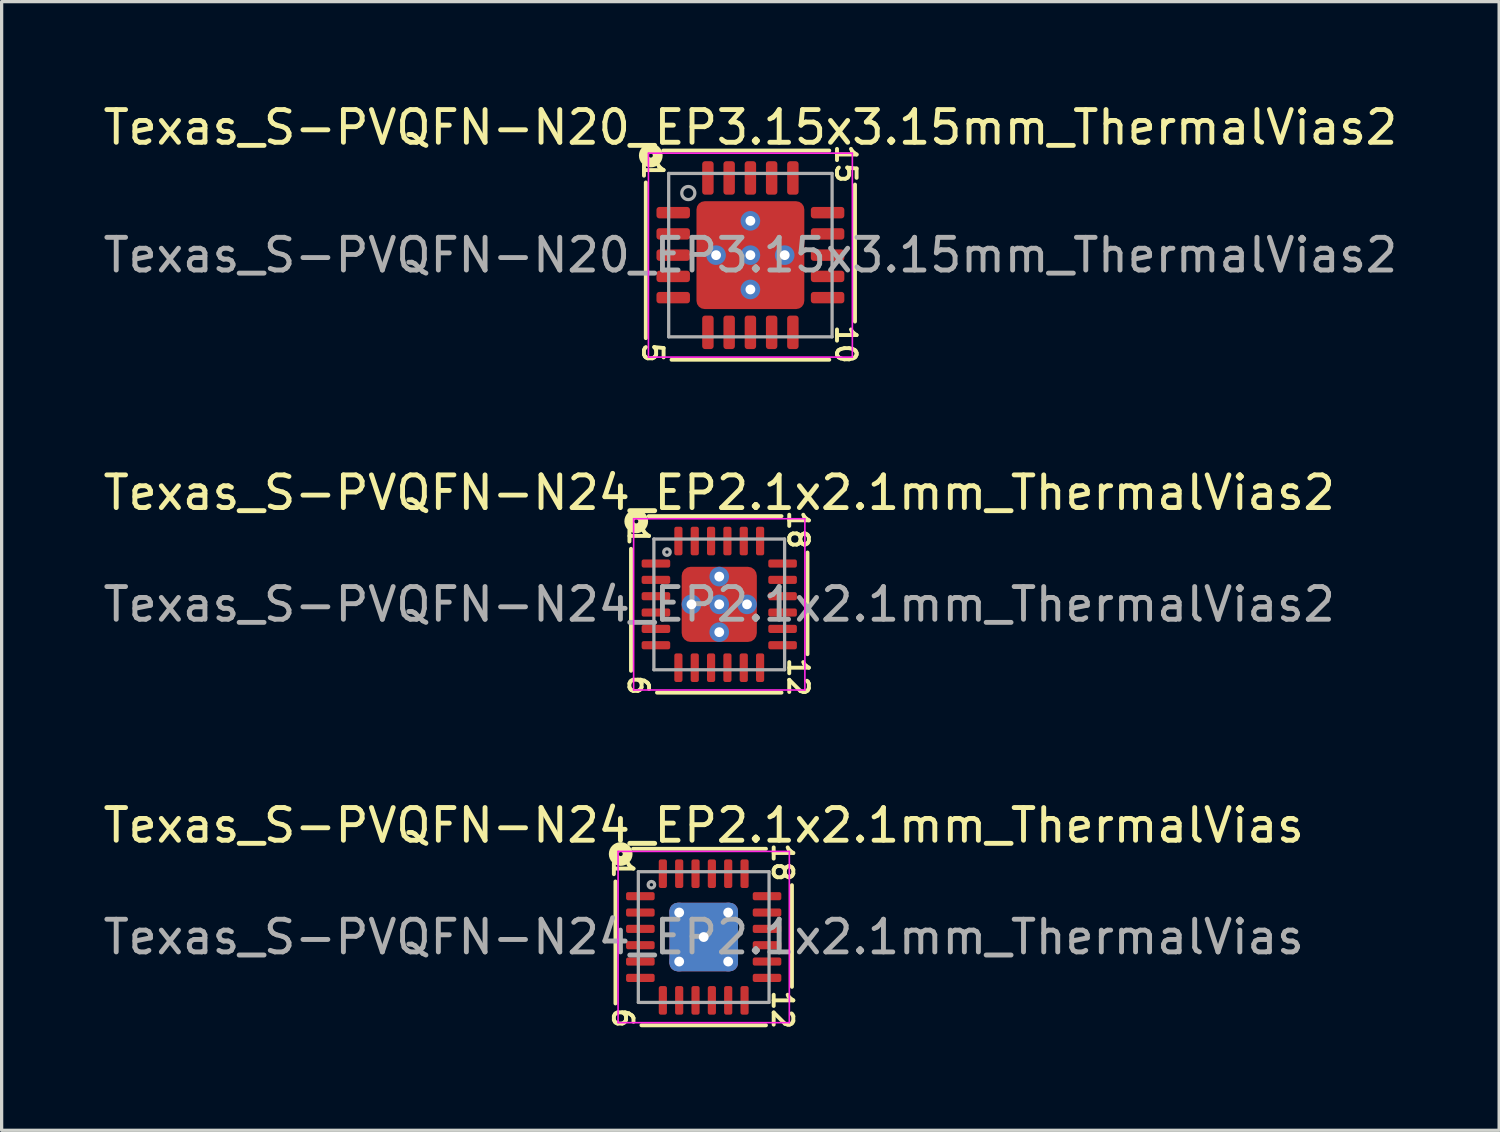
<source format=kicad_pcb>
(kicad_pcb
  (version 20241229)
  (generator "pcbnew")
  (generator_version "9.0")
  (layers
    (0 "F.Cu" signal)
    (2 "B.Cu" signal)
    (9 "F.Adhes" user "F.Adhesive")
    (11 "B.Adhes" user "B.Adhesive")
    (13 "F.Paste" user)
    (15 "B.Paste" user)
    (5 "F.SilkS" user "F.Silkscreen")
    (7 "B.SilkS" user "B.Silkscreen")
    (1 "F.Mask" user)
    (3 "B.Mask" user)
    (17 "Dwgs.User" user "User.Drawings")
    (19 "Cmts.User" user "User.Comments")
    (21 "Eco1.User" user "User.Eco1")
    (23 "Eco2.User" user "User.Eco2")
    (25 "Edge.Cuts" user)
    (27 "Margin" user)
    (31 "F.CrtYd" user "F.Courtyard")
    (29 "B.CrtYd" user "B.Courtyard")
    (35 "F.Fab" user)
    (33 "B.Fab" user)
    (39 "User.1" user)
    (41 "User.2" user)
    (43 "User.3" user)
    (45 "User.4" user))
  (footprint "Texas_S-PVQFN-N24_EP2.1x2.1mm_ThermalVias2"
    (layer "F.Cu")
    (at 18.958 15.443)
    (property "Reference" "Texas_S-PVQFN-N24_EP2.1x2.1mm_ThermalVias2" (at 0 -3.417 0) (layer "F.SilkS") (effects (font (size 1 1) (thickness 0.15))))
    (attr smd)
    (fp_line (start -2.7 -1.7) (end -2.7 2.032) (stroke (width 0.12) (type solid)) (layer "F.SilkS"))
    (fp_line (start -1.905 2.7) (end 1.905 2.7) (stroke (width 0.12) (type solid)) (layer "F.SilkS"))
    (fp_line (start 1.905 -2.7) (end -2.159 -2.7) (stroke (width 0.12) (type solid)) (layer "F.SilkS"))
    (fp_line (start 2.7 1.524) (end 2.7 -1.587) (stroke (width 0.12) (type solid)) (layer "F.SilkS"))
    (fp_circle (center -2.54 -2.54) (end -2.477 -2.54) (stroke (width 0.3) (type solid)) (fill no) (layer "F.SilkS"))
    (fp_line (start -2.62 -2.62) (end -2.62 2.62) (stroke (width 0.05) (type solid)) (layer "F.CrtYd"))
    (fp_line (start -2.62 2.62) (end 2.62 2.62) (stroke (width 0.05) (type solid)) (layer "F.CrtYd"))
    (fp_line (start 2.62 -2.62) (end -2.62 -2.62) (stroke (width 0.05) (type solid)) (layer "F.CrtYd"))
    (fp_line (start 2.62 2.62) (end 2.62 -2.62) (stroke (width 0.05) (type solid)) (layer "F.CrtYd"))
    (fp_line (start -2 -2) (end 2 -2) (stroke (width 0.1) (type solid)) (layer "F.Fab"))
    (fp_line (start -2 2) (end -2 -2) (stroke (width 0.1) (type solid)) (layer "F.Fab"))
    (fp_line (start 2 -2) (end 2 2) (stroke (width 0.1) (type solid)) (layer "F.Fab"))
    (fp_line (start 2 2) (end -2 2) (stroke (width 0.1) (type solid)) (layer "F.Fab"))
    (fp_circle (center -1.6 -1.6) (end -1.5 -1.6) (stroke (width 0.1) (type solid)) (fill no) (layer "F.Fab"))
    (fp_text user "6" (at -2.477 2.477 270) (unlocked yes) (layer "F.SilkS") (effects (font (size 0.6 0.6) (thickness 0.12))))
    (fp_text user "1" (at -2.477 -2.095 270) (unlocked yes) (layer "F.SilkS") (effects (font (size 0.6 0.6) (thickness 0.12))))
    (fp_text user "18" (at 2.413 -2.286 270) (unlocked yes) (layer "F.SilkS") (effects (font (size 0.6 0.6) (thickness 0.12))))
    (fp_text user "12" (at 2.413 2.223 270) (unlocked yes) (layer "F.SilkS") (effects (font (size 0.6 0.6) (thickness 0.12))))
    (fp_text user "${REFERENCE}" (at 0 0 0) (layer "F.Fab") (effects (font (size 1 1) (thickness 0.15))))
    (pad "" smd roundrect (at -0.675 -0.675) (size 0.55 0.55) (layers "F.Paste") (roundrect_rratio 0.25))
    (pad "" smd roundrect (at -0.675 -0.675 270) (size 0.75 0.75) (layers "F.Mask") (roundrect_rratio 0.25))
    (pad "" smd roundrect (at -0.675 0.675) (size 0.55 0.55) (layers "F.Paste") (roundrect_rratio 0.25))
    (pad "" smd roundrect (at -0.675 0.675 270) (size 0.75 0.75) (layers "F.Mask") (roundrect_rratio 0.25))
    (pad "" smd roundrect (at 0.675 -0.675) (size 0.55 0.55) (layers "F.Paste") (roundrect_rratio 0.25))
    (pad "" smd roundrect (at 0.675 -0.675 270) (size 0.75 0.75) (layers "F.Mask") (roundrect_rratio 0.25))
    (pad "" smd roundrect (at 0.675 0.675) (size 0.55 0.55) (layers "F.Paste") (roundrect_rratio 0.25))
    (pad "" smd roundrect (at 0.675 0.675 270) (size 0.75 0.75) (layers "F.Mask") (roundrect_rratio 0.25))
    (pad "1" smd roundrect (at -1.938 -1.25) (size 0.875 0.25) (layers "F.Cu" "F.Mask" "F.Paste") (roundrect_rratio 0.25))
    (pad "2" smd roundrect (at -1.938 -0.75) (size 0.875 0.25) (layers "F.Cu" "F.Mask" "F.Paste") (roundrect_rratio 0.25))
    (pad "3" smd roundrect (at -1.938 -0.25) (size 0.875 0.25) (layers "F.Cu" "F.Mask" "F.Paste") (roundrect_rratio 0.25))
    (pad "4" smd roundrect (at -1.938 0.25) (size 0.875 0.25) (layers "F.Cu" "F.Mask" "F.Paste") (roundrect_rratio 0.25))
    (pad "5" smd roundrect (at -1.938 0.75) (size 0.875 0.25) (layers "F.Cu" "F.Mask" "F.Paste") (roundrect_rratio 0.25))
    (pad "6" smd roundrect (at -1.938 1.25) (size 0.875 0.25) (layers "F.Cu" "F.Mask" "F.Paste") (roundrect_rratio 0.25))
    (pad "7" smd roundrect (at -1.25 1.938) (size 0.25 0.875) (layers "F.Cu" "F.Mask" "F.Paste") (roundrect_rratio 0.25))
    (pad "8" smd roundrect (at -0.75 1.938) (size 0.25 0.875) (layers "F.Cu" "F.Mask" "F.Paste") (roundrect_rratio 0.25))
    (pad "9" smd roundrect (at -0.25 1.938) (size 0.25 0.875) (layers "F.Cu" "F.Mask" "F.Paste") (roundrect_rratio 0.25))
    (pad "10" smd roundrect (at 0.25 1.938) (size 0.25 0.875) (layers "F.Cu" "F.Mask" "F.Paste") (roundrect_rratio 0.25))
    (pad "11" smd roundrect (at 0.75 1.938) (size 0.25 0.875) (layers "F.Cu" "F.Mask" "F.Paste") (roundrect_rratio 0.25))
    (pad "12" smd roundrect (at 1.25 1.938) (size 0.25 0.875) (layers "F.Cu" "F.Mask" "F.Paste") (roundrect_rratio 0.25))
    (pad "13" smd roundrect (at 1.938 1.25) (size 0.875 0.25) (layers "F.Cu" "F.Mask" "F.Paste") (roundrect_rratio 0.25))
    (pad "14" smd roundrect (at 1.938 0.75) (size 0.875 0.25) (layers "F.Cu" "F.Mask" "F.Paste") (roundrect_rratio 0.25))
    (pad "15" smd roundrect (at 1.938 0.25) (size 0.875 0.25) (layers "F.Cu" "F.Mask" "F.Paste") (roundrect_rratio 0.25))
    (pad "16" smd roundrect (at 1.938 -0.25) (size 0.875 0.25) (layers "F.Cu" "F.Mask" "F.Paste") (roundrect_rratio 0.25))
    (pad "17" smd roundrect (at 1.938 -0.75) (size 0.875 0.25) (layers "F.Cu" "F.Mask" "F.Paste") (roundrect_rratio 0.25))
    (pad "18" smd roundrect (at 1.938 -1.25) (size 0.875 0.25) (layers "F.Cu" "F.Mask" "F.Paste") (roundrect_rratio 0.25))
    (pad "19" smd roundrect (at 1.25 -1.938) (size 0.25 0.875) (layers "F.Cu" "F.Mask" "F.Paste") (roundrect_rratio 0.25))
    (pad "20" smd roundrect (at 0.75 -1.938) (size 0.25 0.875) (layers "F.Cu" "F.Mask" "F.Paste") (roundrect_rratio 0.25))
    (pad "21" smd roundrect (at 0.25 -1.938) (size 0.25 0.875) (layers "F.Cu" "F.Mask" "F.Paste") (roundrect_rratio 0.25))
    (pad "22" smd roundrect (at -0.25 -1.938) (size 0.25 0.875) (layers "F.Cu" "F.Mask" "F.Paste") (roundrect_rratio 0.25))
    (pad "23" smd roundrect (at -0.75 -1.938) (size 0.25 0.875) (layers "F.Cu" "F.Mask" "F.Paste") (roundrect_rratio 0.25))
    (pad "24" smd roundrect (at -1.25 -1.938) (size 0.25 0.875) (layers "F.Cu" "F.Mask" "F.Paste") (roundrect_rratio 0.25))
    (pad "25" thru_hole circle (at -0.85 0 180) (size 0.6 0.6) (drill 0.3) (property pad_prop_heatsink) (layers "*.Cu" "*.Mask"))
    (pad "25" thru_hole circle (at 0 -0.85 180) (size 0.6 0.6) (drill 0.3) (property pad_prop_heatsink) (layers "*.Cu" "*.Mask"))
    (pad "25" thru_hole circle (at 0 0 180) (size 0.6 0.6) (drill 0.3) (property pad_prop_heatsink) (layers "*.Cu" "*.Mask"))
    (pad "25" smd roundrect (at 0 0) (size 2.3 2.3) (layers "F.Cu") (roundrect_rratio 0.119))
    (pad "25" thru_hole circle (at 0 0.85 180) (size 0.6 0.6) (drill 0.3) (property pad_prop_heatsink) (layers "*.Cu" "*.Mask"))
    (pad "25" thru_hole circle (at 0.85 0 180) (size 0.6 0.6) (drill 0.3) (property pad_prop_heatsink) (layers "*.Cu" "*.Mask")))
  (footprint "Texas_S-PVQFN-N24_EP2.1x2.1mm_ThermalVias"
    (layer "F.Cu")
    (at 18.482 25.622)
    (property "Reference" "Texas_S-PVQFN-N24_EP2.1x2.1mm_ThermalVias" (at 0 -3.417 0) (layer "F.SilkS") (effects (font (size 1 1) (thickness 0.15))))
    (attr smd)
    (fp_line (start -2.7 -1.7) (end -2.7 2.032) (stroke (width 0.12) (type solid)) (layer "F.SilkS"))
    (fp_line (start -1.905 2.7) (end 1.905 2.7) (stroke (width 0.12) (type solid)) (layer "F.SilkS"))
    (fp_line (start 1.905 -2.7) (end -2.159 -2.7) (stroke (width 0.12) (type solid)) (layer "F.SilkS"))
    (fp_line (start 2.7 1.524) (end 2.7 -1.587) (stroke (width 0.12) (type solid)) (layer "F.SilkS"))
    (fp_circle (center -2.54 -2.54) (end -2.477 -2.54) (stroke (width 0.3) (type solid)) (fill no) (layer "F.SilkS"))
    (fp_line (start -2.62 -2.62) (end -2.62 2.62) (stroke (width 0.05) (type solid)) (layer "F.CrtYd"))
    (fp_line (start -2.62 2.62) (end 2.62 2.62) (stroke (width 0.05) (type solid)) (layer "F.CrtYd"))
    (fp_line (start 2.62 -2.62) (end -2.62 -2.62) (stroke (width 0.05) (type solid)) (layer "F.CrtYd"))
    (fp_line (start 2.62 2.62) (end 2.62 -2.62) (stroke (width 0.05) (type solid)) (layer "F.CrtYd"))
    (fp_line (start -2 -2) (end 2 -2) (stroke (width 0.1) (type solid)) (layer "F.Fab"))
    (fp_line (start -2 2) (end -2 -2) (stroke (width 0.1) (type solid)) (layer "F.Fab"))
    (fp_line (start 2 -2) (end 2 2) (stroke (width 0.1) (type solid)) (layer "F.Fab"))
    (fp_line (start 2 2) (end -2 2) (stroke (width 0.1) (type solid)) (layer "F.Fab"))
    (fp_circle (center -1.6 -1.6) (end -1.5 -1.6) (stroke (width 0.1) (type solid)) (fill no) (layer "F.Fab"))
    (fp_text user "18" (at 2.413 -2.286 270) (unlocked yes) (layer "F.SilkS") (effects (font (size 0.6 0.6) (thickness 0.12))))
    (fp_text user "1" (at -2.477 -2.095 270) (unlocked yes) (layer "F.SilkS") (effects (font (size 0.6 0.6) (thickness 0.12))))
    (fp_text user "6" (at -2.477 2.477 270) (unlocked yes) (layer "F.SilkS") (effects (font (size 0.6 0.6) (thickness 0.12))))
    (fp_text user "12" (at 2.413 2.223 270) (unlocked yes) (layer "F.SilkS") (effects (font (size 0.6 0.6) (thickness 0.12))))
    (fp_text user "${REFERENCE}" (at 0 0 0) (layer "F.Fab") (effects (font (size 1 1) (thickness 0.15))))
    (pad "" smd roundrect (at -0.5 -0.5) (size 0.8 0.8) (layers "F.Paste") (roundrect_rratio 0.25))
    (pad "" smd roundrect (at -0.5 0.5) (size 0.8 0.8) (layers "F.Paste") (roundrect_rratio 0.25))
    (pad "" smd roundrect (at 0.5 -0.5) (size 0.8 0.8) (layers "F.Paste") (roundrect_rratio 0.25))
    (pad "" smd roundrect (at 0.5 0.5) (size 0.8 0.8) (layers "F.Paste") (roundrect_rratio 0.25))
    (pad "1" smd roundrect (at -1.938 -1.25) (size 0.875 0.25) (layers "F.Cu" "F.Mask" "F.Paste") (roundrect_rratio 0.25))
    (pad "2" smd roundrect (at -1.938 -0.75) (size 0.875 0.25) (layers "F.Cu" "F.Mask" "F.Paste") (roundrect_rratio 0.25))
    (pad "3" smd roundrect (at -1.938 -0.25) (size 0.875 0.25) (layers "F.Cu" "F.Mask" "F.Paste") (roundrect_rratio 0.25))
    (pad "4" smd roundrect (at -1.938 0.25) (size 0.875 0.25) (layers "F.Cu" "F.Mask" "F.Paste") (roundrect_rratio 0.25))
    (pad "5" smd roundrect (at -1.938 0.75) (size 0.875 0.25) (layers "F.Cu" "F.Mask" "F.Paste") (roundrect_rratio 0.25))
    (pad "6" smd roundrect (at -1.938 1.25) (size 0.875 0.25) (layers "F.Cu" "F.Mask" "F.Paste") (roundrect_rratio 0.25))
    (pad "7" smd roundrect (at -1.25 1.938) (size 0.25 0.875) (layers "F.Cu" "F.Mask" "F.Paste") (roundrect_rratio 0.25))
    (pad "8" smd roundrect (at -0.75 1.938) (size 0.25 0.875) (layers "F.Cu" "F.Mask" "F.Paste") (roundrect_rratio 0.25))
    (pad "9" smd roundrect (at -0.25 1.938) (size 0.25 0.875) (layers "F.Cu" "F.Mask" "F.Paste") (roundrect_rratio 0.25))
    (pad "10" smd roundrect (at 0.25 1.938) (size 0.25 0.875) (layers "F.Cu" "F.Mask" "F.Paste") (roundrect_rratio 0.25))
    (pad "11" smd roundrect (at 0.75 1.938) (size 0.25 0.875) (layers "F.Cu" "F.Mask" "F.Paste") (roundrect_rratio 0.25))
    (pad "12" smd roundrect (at 1.25 1.938) (size 0.25 0.875) (layers "F.Cu" "F.Mask" "F.Paste") (roundrect_rratio 0.25))
    (pad "13" smd roundrect (at 1.938 1.25) (size 0.875 0.25) (layers "F.Cu" "F.Mask" "F.Paste") (roundrect_rratio 0.25))
    (pad "14" smd roundrect (at 1.938 0.75) (size 0.875 0.25) (layers "F.Cu" "F.Mask" "F.Paste") (roundrect_rratio 0.25))
    (pad "15" smd roundrect (at 1.938 0.25) (size 0.875 0.25) (layers "F.Cu" "F.Mask" "F.Paste") (roundrect_rratio 0.25))
    (pad "16" smd roundrect (at 1.938 -0.25) (size 0.875 0.25) (layers "F.Cu" "F.Mask" "F.Paste") (roundrect_rratio 0.25))
    (pad "17" smd roundrect (at 1.938 -0.75) (size 0.875 0.25) (layers "F.Cu" "F.Mask" "F.Paste") (roundrect_rratio 0.25))
    (pad "18" smd roundrect (at 1.938 -1.25) (size 0.875 0.25) (layers "F.Cu" "F.Mask" "F.Paste") (roundrect_rratio 0.25))
    (pad "19" smd roundrect (at 1.25 -1.938) (size 0.25 0.875) (layers "F.Cu" "F.Mask" "F.Paste") (roundrect_rratio 0.25))
    (pad "20" smd roundrect (at 0.75 -1.938) (size 0.25 0.875) (layers "F.Cu" "F.Mask" "F.Paste") (roundrect_rratio 0.25))
    (pad "21" smd roundrect (at 0.25 -1.938) (size 0.25 0.875) (layers "F.Cu" "F.Mask" "F.Paste") (roundrect_rratio 0.25))
    (pad "22" smd roundrect (at -0.25 -1.938) (size 0.25 0.875) (layers "F.Cu" "F.Mask" "F.Paste") (roundrect_rratio 0.25))
    (pad "23" smd roundrect (at -0.75 -1.938) (size 0.25 0.875) (layers "F.Cu" "F.Mask" "F.Paste") (roundrect_rratio 0.25))
    (pad "24" smd roundrect (at -1.25 -1.938) (size 0.25 0.875) (layers "F.Cu" "F.Mask" "F.Paste") (roundrect_rratio 0.25))
    (pad "25" thru_hole circle (at -0.75 -0.75) (size 0.6 0.6) (drill 0.3) (property pad_prop_heatsink) (layers "*.Cu"))
    (pad "25" thru_hole circle (at -0.75 0.75) (size 0.6 0.6) (drill 0.3) (property pad_prop_heatsink) (layers "*.Cu"))
    (pad "25" thru_hole circle (at 0 0) (size 0.6 0.6) (drill 0.3) (property pad_prop_heatsink) (layers "*.Cu"))
    (pad "25" smd roundrect (at 0 0) (size 2.1 2.1) (layers "F.Cu" "F.Mask") (roundrect_rratio 0.119))
    (pad "25" smd roundrect (at 0 0) (size 2.1 2.1) (layers "B.Cu" "B.Mask") (roundrect_rratio 0.119))
    (pad "25" thru_hole circle (at 0.75 -0.75) (size 0.6 0.6) (drill 0.3) (property pad_prop_heatsink) (layers "*.Cu"))
    (pad "25" thru_hole circle (at 0.75 0.75) (size 0.6 0.6) (drill 0.3) (property pad_prop_heatsink) (layers "*.Cu")))
  (footprint "Texas_S-PVQFN-N20_EP3.15x3.15mm_ThermalVias2"
    (layer "F.Cu")
    (at 19.911 4.757)
    (property "Reference" "Texas_S-PVQFN-N20_EP3.15x3.15mm_ThermalVias2" (at 0 -3.909 0) (layer "F.SilkS") (effects (font (size 1 1) (thickness 0.15))))
    (attr smd)
    (fp_line (start -3.2 -2.223) (end -3.2 2.54) (stroke (width 0.12) (type solid)) (layer "F.SilkS"))
    (fp_line (start -2.413 3.2) (end 2.413 3.2) (stroke (width 0.12) (type solid)) (layer "F.SilkS"))
    (fp_line (start 2.413 -3.2) (end -2.667 -3.2) (stroke (width 0.12) (type solid)) (layer "F.SilkS"))
    (fp_line (start 3.2 2.032) (end 3.2 -2.159) (stroke (width 0.12) (type solid)) (layer "F.SilkS"))
    (fp_circle (center -3.048 -3.048) (end -2.985 -3.048) (stroke (width 0.3) (type solid)) (fill no) (layer "F.SilkS"))
    (fp_line (start -3.12 -3.12) (end -3.12 3.12) (stroke (width 0.05) (type solid)) (layer "F.CrtYd"))
    (fp_line (start -3.12 3.12) (end 3.12 3.12) (stroke (width 0.05) (type solid)) (layer "F.CrtYd"))
    (fp_line (start 3.12 -3.12) (end -3.12 -3.12) (stroke (width 0.05) (type solid)) (layer "F.CrtYd"))
    (fp_line (start 3.12 3.12) (end 3.12 -3.12) (stroke (width 0.05) (type solid)) (layer "F.CrtYd"))
    (fp_line (start -2.5 -2.5) (end 2.5 -2.5) (stroke (width 0.1) (type solid)) (layer "F.Fab"))
    (fp_line (start -2.5 2.5) (end -2.5 -2.5) (stroke (width 0.1) (type solid)) (layer "F.Fab"))
    (fp_line (start 2.5 -2.5) (end 2.5 2.5) (stroke (width 0.1) (type solid)) (layer "F.Fab"))
    (fp_line (start 2.5 2.5) (end -2.5 2.5) (stroke (width 0.1) (type solid)) (layer "F.Fab"))
    (fp_circle (center -1.9 -1.9) (end -1.7 -1.9) (stroke (width 0.1) (type solid)) (fill no) (layer "F.Fab"))
    (fp_text user "1" (at -2.985 -2.603 270) (unlocked yes) (layer "F.SilkS") (effects (font (size 0.6 0.6) (thickness 0.12))))
    (fp_text user "5" (at -2.985 2.985 270) (unlocked yes) (layer "F.SilkS") (effects (font (size 0.6 0.6) (thickness 0.12))))
    (fp_text user "15" (at 2.921 -2.794 270) (unlocked yes) (layer "F.SilkS") (effects (font (size 0.6 0.6) (thickness 0.12))))
    (fp_text user "10" (at 2.921 2.731 270) (unlocked yes) (layer "F.SilkS") (effects (font (size 0.6 0.6) (thickness 0.12))))
    (fp_text user "${REFERENCE}" (at 0 0 0) (layer "F.Fab") (effects (font (size 1 1) (thickness 0.15))))
    (pad "" smd roundrect (at -0.925 -0.925) (size 0.85 0.85) (layers "F.Paste") (roundrect_rratio 0.221))
    (pad "" smd roundrect (at -0.925 -0.925 270) (size 1.25 1.25) (layers "F.Mask") (roundrect_rratio 0.192))
    (pad "" smd roundrect (at -0.925 0.925) (size 0.85 0.85) (layers "F.Paste") (roundrect_rratio 0.221))
    (pad "" smd roundrect (at -0.925 0.925 270) (size 1.25 1.25) (layers "F.Mask") (roundrect_rratio 0.192))
    (pad "" smd roundrect (at 0.925 -0.925) (size 0.85 0.85) (layers "F.Paste") (roundrect_rratio 0.221))
    (pad "" smd roundrect (at 0.925 -0.925 270) (size 1.25 1.25) (layers "F.Mask") (roundrect_rratio 0.192))
    (pad "" smd roundrect (at 0.925 0.925) (size 0.85 0.85) (layers "F.Paste") (roundrect_rratio 0.221))
    (pad "" smd roundrect (at 0.925 0.925 270) (size 1.25 1.25) (layers "F.Mask") (roundrect_rratio 0.192))
    (pad "1" smd roundrect (at -2.362 -1.3) (size 1.025 0.35) (layers "F.Cu" "F.Mask" "F.Paste") (roundrect_rratio 0.25))
    (pad "2" smd roundrect (at -2.362 -0.65) (size 1.025 0.35) (layers "F.Cu" "F.Mask" "F.Paste") (roundrect_rratio 0.25))
    (pad "3" smd roundrect (at -2.362 0) (size 1.025 0.35) (layers "F.Cu" "F.Mask" "F.Paste") (roundrect_rratio 0.25))
    (pad "4" smd roundrect (at -2.362 0.65) (size 1.025 0.35) (layers "F.Cu" "F.Mask" "F.Paste") (roundrect_rratio 0.25))
    (pad "5" smd roundrect (at -2.362 1.3) (size 1.025 0.35) (layers "F.Cu" "F.Mask" "F.Paste") (roundrect_rratio 0.25))
    (pad "6" smd roundrect (at -1.3 2.362) (size 0.35 1.025) (layers "F.Cu" "F.Mask" "F.Paste") (roundrect_rratio 0.25))
    (pad "7" smd roundrect (at -0.65 2.362) (size 0.35 1.025) (layers "F.Cu" "F.Mask" "F.Paste") (roundrect_rratio 0.25))
    (pad "8" smd roundrect (at 0 2.362) (size 0.35 1.025) (layers "F.Cu" "F.Mask" "F.Paste") (roundrect_rratio 0.25))
    (pad "9" smd roundrect (at 0.65 2.362) (size 0.35 1.025) (layers "F.Cu" "F.Mask" "F.Paste") (roundrect_rratio 0.25))
    (pad "10" smd roundrect (at 1.3 2.362) (size 0.35 1.025) (layers "F.Cu" "F.Mask" "F.Paste") (roundrect_rratio 0.25))
    (pad "11" smd roundrect (at 2.362 1.3) (size 1.025 0.35) (layers "F.Cu" "F.Mask" "F.Paste") (roundrect_rratio 0.25))
    (pad "12" smd roundrect (at 2.362 0.65) (size 1.025 0.35) (layers "F.Cu" "F.Mask" "F.Paste") (roundrect_rratio 0.25))
    (pad "13" smd roundrect (at 2.362 0) (size 1.025 0.35) (layers "F.Cu" "F.Mask" "F.Paste") (roundrect_rratio 0.25))
    (pad "14" smd roundrect (at 2.362 -0.65) (size 1.025 0.35) (layers "F.Cu" "F.Mask" "F.Paste") (roundrect_rratio 0.25))
    (pad "15" smd roundrect (at 2.362 -1.3) (size 1.025 0.35) (layers "F.Cu" "F.Mask" "F.Paste") (roundrect_rratio 0.25))
    (pad "16" smd roundrect (at 1.3 -2.362) (size 0.35 1.025) (layers "F.Cu" "F.Mask" "F.Paste") (roundrect_rratio 0.25))
    (pad "17" smd roundrect (at 0.65 -2.362) (size 0.35 1.025) (layers "F.Cu" "F.Mask" "F.Paste") (roundrect_rratio 0.25))
    (pad "18" smd roundrect (at 0 -2.362) (size 0.35 1.025) (layers "F.Cu" "F.Mask" "F.Paste") (roundrect_rratio 0.25))
    (pad "19" smd roundrect (at -0.65 -2.362) (size 0.35 1.025) (layers "F.Cu" "F.Mask" "F.Paste") (roundrect_rratio 0.25))
    (pad "20" smd roundrect (at -1.3 -2.362) (size 0.35 1.025) (layers "F.Cu" "F.Mask" "F.Paste") (roundrect_rratio 0.25))
    (pad "21" thru_hole circle (at -1.05 0 180) (size 0.6 0.6) (drill 0.3) (property pad_prop_heatsink) (layers "*.Cu" "*.Mask"))
    (pad "21" thru_hole circle (at 0 -1.05 180) (size 0.6 0.6) (drill 0.3) (property pad_prop_heatsink) (layers "*.Cu" "*.Mask"))
    (pad "21" thru_hole circle (at 0 0 180) (size 0.6 0.6) (drill 0.3) (property pad_prop_heatsink) (layers "*.Cu" "*.Mask"))
    (pad "21" smd roundrect (at 0 0) (size 3.3 3.3) (layers "F.Cu") (roundrect_rratio 0.076))
    (pad "21" thru_hole circle (at 0 1.05 180) (size 0.6 0.6) (drill 0.3) (property pad_prop_heatsink) (layers "*.Cu" "*.Mask"))
    (pad "21" thru_hole circle (at 1.05 0 180) (size 0.6 0.6) (drill 0.3) (property pad_prop_heatsink) (layers "*.Cu" "*.Mask")))
  (gr_rect
    (start -3 -3)
    (end 42.821 31.536)
    (stroke (width 0.1) (type default))
    (fill no)
    (layer "Edge.Cuts")))
</source>
